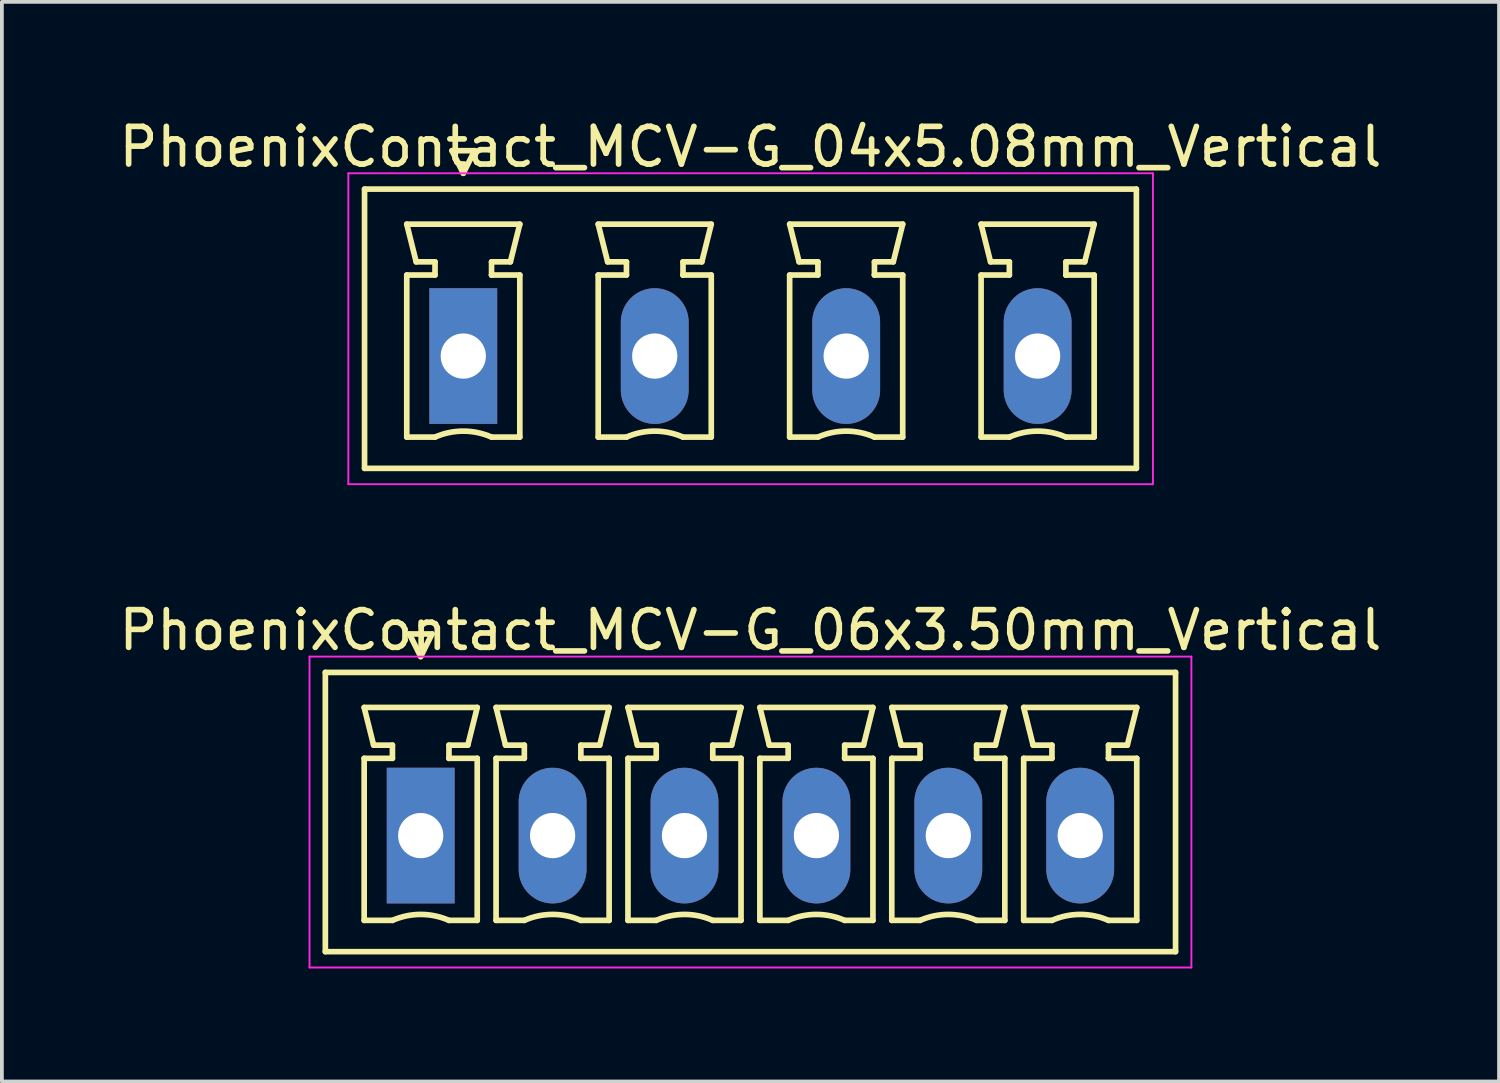
<source format=kicad_pcb>
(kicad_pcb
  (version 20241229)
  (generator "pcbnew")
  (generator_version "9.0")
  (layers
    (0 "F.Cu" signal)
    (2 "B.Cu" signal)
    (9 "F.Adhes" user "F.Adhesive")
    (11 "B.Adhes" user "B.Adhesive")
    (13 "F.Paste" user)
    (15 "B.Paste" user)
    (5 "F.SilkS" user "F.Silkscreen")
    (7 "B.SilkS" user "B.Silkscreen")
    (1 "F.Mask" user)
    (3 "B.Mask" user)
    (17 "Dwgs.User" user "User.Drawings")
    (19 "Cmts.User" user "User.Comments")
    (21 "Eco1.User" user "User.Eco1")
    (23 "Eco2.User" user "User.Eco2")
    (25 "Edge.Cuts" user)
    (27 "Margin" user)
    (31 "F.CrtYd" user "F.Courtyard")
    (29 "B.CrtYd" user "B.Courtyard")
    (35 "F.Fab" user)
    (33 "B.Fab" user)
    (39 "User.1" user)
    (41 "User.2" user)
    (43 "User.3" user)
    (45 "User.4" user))
  (footprint "PhoenixContact_MCV-G_06x3.50mm_Vertical"
    (layer "F.Cu")
    (at 8.113 19.122)
    (property "Reference" "PhoenixContact_MCV-G_06x3.50mm_Vertical" (at 8.75 -5.45 0) (layer "F.SilkS") (effects (font (size 1 1) (thickness 0.15))))
    (attr through_hole)
    (fp_line (start -2.53 -4.33) (end -2.53 3.08) (stroke (width 0.15) (type solid)) (layer "F.SilkS"))
    (fp_line (start -2.53 3.08) (end 20.03 3.08) (stroke (width 0.15) (type solid)) (layer "F.SilkS"))
    (fp_line (start -1.5 -3.4) (end 1.5 -3.4) (stroke (width 0.15) (type solid)) (layer "F.SilkS"))
    (fp_line (start -1.5 -2.05) (end -0.75 -2.05) (stroke (width 0.15) (type solid)) (layer "F.SilkS"))
    (fp_line (start -1.5 2.25) (end -1.5 -2.05) (stroke (width 0.15) (type solid)) (layer "F.SilkS"))
    (fp_line (start -1.25 -2.4) (end -1.5 -3.4) (stroke (width 0.15) (type solid)) (layer "F.SilkS"))
    (fp_line (start -0.75 -2.4) (end -1.25 -2.4) (stroke (width 0.15) (type solid)) (layer "F.SilkS"))
    (fp_line (start -0.75 -2.05) (end -0.75 -2.4) (stroke (width 0.15) (type solid)) (layer "F.SilkS"))
    (fp_line (start -0.75 2.25) (end -1.5 2.25) (stroke (width 0.15) (type solid)) (layer "F.SilkS"))
    (fp_line (start -0.3 -5.35) (end 0 -4.75) (stroke (width 0.15) (type solid)) (layer "F.SilkS"))
    (fp_line (start 0 -4.75) (end 0.3 -5.35) (stroke (width 0.15) (type solid)) (layer "F.SilkS"))
    (fp_line (start 0.3 -5.35) (end -0.3 -5.35) (stroke (width 0.15) (type solid)) (layer "F.SilkS"))
    (fp_line (start 0.75 -2.4) (end 0.75 -2.05) (stroke (width 0.15) (type solid)) (layer "F.SilkS"))
    (fp_line (start 0.75 -2.05) (end 0.75 -2.05) (stroke (width 0.15) (type solid)) (layer "F.SilkS"))
    (fp_line (start 0.75 -2.05) (end 1.5 -2.05) (stroke (width 0.15) (type solid)) (layer "F.SilkS"))
    (fp_line (start 1.25 -2.4) (end 0.75 -2.4) (stroke (width 0.15) (type solid)) (layer "F.SilkS"))
    (fp_line (start 1.5 -3.4) (end 1.25 -2.4) (stroke (width 0.15) (type solid)) (layer "F.SilkS"))
    (fp_line (start 1.5 -2.05) (end 1.5 2.25) (stroke (width 0.15) (type solid)) (layer "F.SilkS"))
    (fp_line (start 1.5 2.25) (end 0.75 2.25) (stroke (width 0.15) (type solid)) (layer "F.SilkS"))
    (fp_line (start 2 -3.4) (end 5 -3.4) (stroke (width 0.15) (type solid)) (layer "F.SilkS"))
    (fp_line (start 2 -2.05) (end 2.75 -2.05) (stroke (width 0.15) (type solid)) (layer "F.SilkS"))
    (fp_line (start 2 2.25) (end 2 -2.05) (stroke (width 0.15) (type solid)) (layer "F.SilkS"))
    (fp_line (start 2.25 -2.4) (end 2 -3.4) (stroke (width 0.15) (type solid)) (layer "F.SilkS"))
    (fp_line (start 2.75 -2.4) (end 2.25 -2.4) (stroke (width 0.15) (type solid)) (layer "F.SilkS"))
    (fp_line (start 2.75 -2.05) (end 2.75 -2.4) (stroke (width 0.15) (type solid)) (layer "F.SilkS"))
    (fp_line (start 2.75 2.25) (end 2 2.25) (stroke (width 0.15) (type solid)) (layer "F.SilkS"))
    (fp_line (start 4.25 -2.4) (end 4.25 -2.05) (stroke (width 0.15) (type solid)) (layer "F.SilkS"))
    (fp_line (start 4.25 -2.05) (end 4.25 -2.05) (stroke (width 0.15) (type solid)) (layer "F.SilkS"))
    (fp_line (start 4.25 -2.05) (end 5 -2.05) (stroke (width 0.15) (type solid)) (layer "F.SilkS"))
    (fp_line (start 4.75 -2.4) (end 4.25 -2.4) (stroke (width 0.15) (type solid)) (layer "F.SilkS"))
    (fp_line (start 5 -3.4) (end 4.75 -2.4) (stroke (width 0.15) (type solid)) (layer "F.SilkS"))
    (fp_line (start 5 -2.05) (end 5 2.25) (stroke (width 0.15) (type solid)) (layer "F.SilkS"))
    (fp_line (start 5 2.25) (end 4.25 2.25) (stroke (width 0.15) (type solid)) (layer "F.SilkS"))
    (fp_line (start 5.5 -3.4) (end 8.5 -3.4) (stroke (width 0.15) (type solid)) (layer "F.SilkS"))
    (fp_line (start 5.5 -2.05) (end 6.25 -2.05) (stroke (width 0.15) (type solid)) (layer "F.SilkS"))
    (fp_line (start 5.5 2.25) (end 5.5 -2.05) (stroke (width 0.15) (type solid)) (layer "F.SilkS"))
    (fp_line (start 5.75 -2.4) (end 5.5 -3.4) (stroke (width 0.15) (type solid)) (layer "F.SilkS"))
    (fp_line (start 6.25 -2.4) (end 5.75 -2.4) (stroke (width 0.15) (type solid)) (layer "F.SilkS"))
    (fp_line (start 6.25 -2.05) (end 6.25 -2.4) (stroke (width 0.15) (type solid)) (layer "F.SilkS"))
    (fp_line (start 6.25 2.25) (end 5.5 2.25) (stroke (width 0.15) (type solid)) (layer "F.SilkS"))
    (fp_line (start 7.75 -2.4) (end 7.75 -2.05) (stroke (width 0.15) (type solid)) (layer "F.SilkS"))
    (fp_line (start 7.75 -2.05) (end 7.75 -2.05) (stroke (width 0.15) (type solid)) (layer "F.SilkS"))
    (fp_line (start 7.75 -2.05) (end 8.5 -2.05) (stroke (width 0.15) (type solid)) (layer "F.SilkS"))
    (fp_line (start 8.25 -2.4) (end 7.75 -2.4) (stroke (width 0.15) (type solid)) (layer "F.SilkS"))
    (fp_line (start 8.5 -3.4) (end 8.25 -2.4) (stroke (width 0.15) (type solid)) (layer "F.SilkS"))
    (fp_line (start 8.5 -2.05) (end 8.5 2.25) (stroke (width 0.15) (type solid)) (layer "F.SilkS"))
    (fp_line (start 8.5 2.25) (end 7.75 2.25) (stroke (width 0.15) (type solid)) (layer "F.SilkS"))
    (fp_line (start 9 -3.4) (end 12 -3.4) (stroke (width 0.15) (type solid)) (layer "F.SilkS"))
    (fp_line (start 9 -2.05) (end 9.75 -2.05) (stroke (width 0.15) (type solid)) (layer "F.SilkS"))
    (fp_line (start 9 2.25) (end 9 -2.05) (stroke (width 0.15) (type solid)) (layer "F.SilkS"))
    (fp_line (start 9.25 -2.4) (end 9 -3.4) (stroke (width 0.15) (type solid)) (layer "F.SilkS"))
    (fp_line (start 9.75 -2.4) (end 9.25 -2.4) (stroke (width 0.15) (type solid)) (layer "F.SilkS"))
    (fp_line (start 9.75 -2.05) (end 9.75 -2.4) (stroke (width 0.15) (type solid)) (layer "F.SilkS"))
    (fp_line (start 9.75 2.25) (end 9 2.25) (stroke (width 0.15) (type solid)) (layer "F.SilkS"))
    (fp_line (start 11.25 -2.4) (end 11.25 -2.05) (stroke (width 0.15) (type solid)) (layer "F.SilkS"))
    (fp_line (start 11.25 -2.05) (end 11.25 -2.05) (stroke (width 0.15) (type solid)) (layer "F.SilkS"))
    (fp_line (start 11.25 -2.05) (end 12 -2.05) (stroke (width 0.15) (type solid)) (layer "F.SilkS"))
    (fp_line (start 11.75 -2.4) (end 11.25 -2.4) (stroke (width 0.15) (type solid)) (layer "F.SilkS"))
    (fp_line (start 12 -3.4) (end 11.75 -2.4) (stroke (width 0.15) (type solid)) (layer "F.SilkS"))
    (fp_line (start 12 -2.05) (end 12 2.25) (stroke (width 0.15) (type solid)) (layer "F.SilkS"))
    (fp_line (start 12 2.25) (end 11.25 2.25) (stroke (width 0.15) (type solid)) (layer "F.SilkS"))
    (fp_line (start 12.5 -3.4) (end 15.5 -3.4) (stroke (width 0.15) (type solid)) (layer "F.SilkS"))
    (fp_line (start 12.5 -2.05) (end 13.25 -2.05) (stroke (width 0.15) (type solid)) (layer "F.SilkS"))
    (fp_line (start 12.5 2.25) (end 12.5 -2.05) (stroke (width 0.15) (type solid)) (layer "F.SilkS"))
    (fp_line (start 12.75 -2.4) (end 12.5 -3.4) (stroke (width 0.15) (type solid)) (layer "F.SilkS"))
    (fp_line (start 13.25 -2.4) (end 12.75 -2.4) (stroke (width 0.15) (type solid)) (layer "F.SilkS"))
    (fp_line (start 13.25 -2.05) (end 13.25 -2.4) (stroke (width 0.15) (type solid)) (layer "F.SilkS"))
    (fp_line (start 13.25 2.25) (end 12.5 2.25) (stroke (width 0.15) (type solid)) (layer "F.SilkS"))
    (fp_line (start 14.75 -2.4) (end 14.75 -2.05) (stroke (width 0.15) (type solid)) (layer "F.SilkS"))
    (fp_line (start 14.75 -2.05) (end 14.75 -2.05) (stroke (width 0.15) (type solid)) (layer "F.SilkS"))
    (fp_line (start 14.75 -2.05) (end 15.5 -2.05) (stroke (width 0.15) (type solid)) (layer "F.SilkS"))
    (fp_line (start 15.25 -2.4) (end 14.75 -2.4) (stroke (width 0.15) (type solid)) (layer "F.SilkS"))
    (fp_line (start 15.5 -3.4) (end 15.25 -2.4) (stroke (width 0.15) (type solid)) (layer "F.SilkS"))
    (fp_line (start 15.5 -2.05) (end 15.5 2.25) (stroke (width 0.15) (type solid)) (layer "F.SilkS"))
    (fp_line (start 15.5 2.25) (end 14.75 2.25) (stroke (width 0.15) (type solid)) (layer "F.SilkS"))
    (fp_line (start 16 -3.4) (end 19 -3.4) (stroke (width 0.15) (type solid)) (layer "F.SilkS"))
    (fp_line (start 16 -2.05) (end 16.75 -2.05) (stroke (width 0.15) (type solid)) (layer "F.SilkS"))
    (fp_line (start 16 2.25) (end 16 -2.05) (stroke (width 0.15) (type solid)) (layer "F.SilkS"))
    (fp_line (start 16.25 -2.4) (end 16 -3.4) (stroke (width 0.15) (type solid)) (layer "F.SilkS"))
    (fp_line (start 16.75 -2.4) (end 16.25 -2.4) (stroke (width 0.15) (type solid)) (layer "F.SilkS"))
    (fp_line (start 16.75 -2.05) (end 16.75 -2.4) (stroke (width 0.15) (type solid)) (layer "F.SilkS"))
    (fp_line (start 16.75 2.25) (end 16 2.25) (stroke (width 0.15) (type solid)) (layer "F.SilkS"))
    (fp_line (start 18.25 -2.4) (end 18.25 -2.05) (stroke (width 0.15) (type solid)) (layer "F.SilkS"))
    (fp_line (start 18.25 -2.05) (end 18.25 -2.05) (stroke (width 0.15) (type solid)) (layer "F.SilkS"))
    (fp_line (start 18.25 -2.05) (end 19 -2.05) (stroke (width 0.15) (type solid)) (layer "F.SilkS"))
    (fp_line (start 18.75 -2.4) (end 18.25 -2.4) (stroke (width 0.15) (type solid)) (layer "F.SilkS"))
    (fp_line (start 19 -3.4) (end 18.75 -2.4) (stroke (width 0.15) (type solid)) (layer "F.SilkS"))
    (fp_line (start 19 -2.05) (end 19 2.25) (stroke (width 0.15) (type solid)) (layer "F.SilkS"))
    (fp_line (start 19 2.25) (end 18.25 2.25) (stroke (width 0.15) (type solid)) (layer "F.SilkS"))
    (fp_line (start 20.03 -4.33) (end -2.53 -4.33) (stroke (width 0.15) (type solid)) (layer "F.SilkS"))
    (fp_line (start 20.03 3.08) (end 20.03 -4.33) (stroke (width 0.15) (type solid)) (layer "F.SilkS"))
    (fp_arc (start -0.75 2.25) (mid -0.000193 2.09191) (end 0.749647 2.249844) (stroke (width 0.15) (type solid)) (layer "F.SilkS"))
    (fp_arc (start 2.75 2.25) (mid 3.499807 2.09191) (end 4.249647 2.249844) (stroke (width 0.15) (type solid)) (layer "F.SilkS"))
    (fp_arc (start 6.25 2.25) (mid 6.999807 2.09191) (end 7.749647 2.249844) (stroke (width 0.15) (type solid)) (layer "F.SilkS"))
    (fp_arc (start 9.75 2.25) (mid 10.499807 2.09191) (end 11.249647 2.249844) (stroke (width 0.15) (type solid)) (layer "F.SilkS"))
    (fp_arc (start 13.25 2.25) (mid 13.999807 2.09191) (end 14.749647 2.249844) (stroke (width 0.15) (type solid)) (layer "F.SilkS"))
    (fp_arc (start 16.75 2.25) (mid 17.499807 2.09191) (end 18.249647 2.249844) (stroke (width 0.15) (type solid)) (layer "F.SilkS"))
    (fp_line (start -2.95 -4.75) (end -2.95 3.5) (stroke (width 0.05) (type solid)) (layer "F.CrtYd"))
    (fp_line (start -2.95 3.5) (end 20.45 3.5) (stroke (width 0.05) (type solid)) (layer "F.CrtYd"))
    (fp_line (start 20.45 -4.75) (end -2.95 -4.75) (stroke (width 0.05) (type solid)) (layer "F.CrtYd"))
    (fp_line (start 20.45 3.5) (end 20.45 -4.75) (stroke (width 0.05) (type solid)) (layer "F.CrtYd"))
    (pad "1" thru_hole rect (at 0 0) (size 1.8 3.6) (drill 1.2) (layers "*.Cu" "*.Mask"))
    (pad "2" thru_hole oval (at 3.5 0) (size 1.8 3.6) (drill 1.2) (layers "*.Cu" "*.Mask"))
    (pad "3" thru_hole oval (at 7 0) (size 1.8 3.6) (drill 1.2) (layers "*.Cu" "*.Mask"))
    (pad "4" thru_hole oval (at 10.5 0) (size 1.8 3.6) (drill 1.2) (layers "*.Cu" "*.Mask"))
    (pad "5" thru_hole oval (at 14 0) (size 1.8 3.6) (drill 1.2) (layers "*.Cu" "*.Mask"))
    (pad "6" thru_hole oval (at 17.5 0) (size 1.8 3.6) (drill 1.2) (layers "*.Cu" "*.Mask")))
  (footprint "PhoenixContact_MCV-G_04x5.08mm_Vertical"
    (layer "F.Cu")
    (at 9.243 6.398)
    (property "Reference" "PhoenixContact_MCV-G_04x5.08mm_Vertical" (at 7.62 -5.55 0) (layer "F.SilkS") (effects (font (size 1 1) (thickness 0.15))))
    (attr through_hole)
    (fp_line (start -2.62 -4.43) (end -2.62 2.98) (stroke (width 0.15) (type solid)) (layer "F.SilkS"))
    (fp_line (start -2.62 2.98) (end 17.86 2.98) (stroke (width 0.15) (type solid)) (layer "F.SilkS"))
    (fp_line (start -1.5 -3.5) (end 1.5 -3.5) (stroke (width 0.15) (type solid)) (layer "F.SilkS"))
    (fp_line (start -1.5 -2.15) (end -0.75 -2.15) (stroke (width 0.15) (type solid)) (layer "F.SilkS"))
    (fp_line (start -1.5 2.15) (end -1.5 -2.15) (stroke (width 0.15) (type solid)) (layer "F.SilkS"))
    (fp_line (start -1.25 -2.5) (end -1.5 -3.5) (stroke (width 0.15) (type solid)) (layer "F.SilkS"))
    (fp_line (start -0.75 -2.5) (end -1.25 -2.5) (stroke (width 0.15) (type solid)) (layer "F.SilkS"))
    (fp_line (start -0.75 -2.15) (end -0.75 -2.5) (stroke (width 0.15) (type solid)) (layer "F.SilkS"))
    (fp_line (start -0.75 2.15) (end -1.5 2.15) (stroke (width 0.15) (type solid)) (layer "F.SilkS"))
    (fp_line (start -0.3 -5.45) (end 0 -4.85) (stroke (width 0.15) (type solid)) (layer "F.SilkS"))
    (fp_line (start 0 -4.85) (end 0.3 -5.45) (stroke (width 0.15) (type solid)) (layer "F.SilkS"))
    (fp_line (start 0.3 -5.45) (end -0.3 -5.45) (stroke (width 0.15) (type solid)) (layer "F.SilkS"))
    (fp_line (start 0.75 -2.5) (end 0.75 -2.15) (stroke (width 0.15) (type solid)) (layer "F.SilkS"))
    (fp_line (start 0.75 -2.15) (end 0.75 -2.15) (stroke (width 0.15) (type solid)) (layer "F.SilkS"))
    (fp_line (start 0.75 -2.15) (end 1.5 -2.15) (stroke (width 0.15) (type solid)) (layer "F.SilkS"))
    (fp_line (start 1.25 -2.5) (end 0.75 -2.5) (stroke (width 0.15) (type solid)) (layer "F.SilkS"))
    (fp_line (start 1.5 -3.5) (end 1.25 -2.5) (stroke (width 0.15) (type solid)) (layer "F.SilkS"))
    (fp_line (start 1.5 -2.15) (end 1.5 2.15) (stroke (width 0.15) (type solid)) (layer "F.SilkS"))
    (fp_line (start 1.5 2.15) (end 0.75 2.15) (stroke (width 0.15) (type solid)) (layer "F.SilkS"))
    (fp_line (start 3.58 -3.5) (end 6.58 -3.5) (stroke (width 0.15) (type solid)) (layer "F.SilkS"))
    (fp_line (start 3.58 -2.15) (end 4.33 -2.15) (stroke (width 0.15) (type solid)) (layer "F.SilkS"))
    (fp_line (start 3.58 2.15) (end 3.58 -2.15) (stroke (width 0.15) (type solid)) (layer "F.SilkS"))
    (fp_line (start 3.83 -2.5) (end 3.58 -3.5) (stroke (width 0.15) (type solid)) (layer "F.SilkS"))
    (fp_line (start 4.33 -2.5) (end 3.83 -2.5) (stroke (width 0.15) (type solid)) (layer "F.SilkS"))
    (fp_line (start 4.33 -2.15) (end 4.33 -2.5) (stroke (width 0.15) (type solid)) (layer "F.SilkS"))
    (fp_line (start 4.33 2.15) (end 3.58 2.15) (stroke (width 0.15) (type solid)) (layer "F.SilkS"))
    (fp_line (start 5.83 -2.5) (end 5.83 -2.15) (stroke (width 0.15) (type solid)) (layer "F.SilkS"))
    (fp_line (start 5.83 -2.15) (end 5.83 -2.15) (stroke (width 0.15) (type solid)) (layer "F.SilkS"))
    (fp_line (start 5.83 -2.15) (end 6.58 -2.15) (stroke (width 0.15) (type solid)) (layer "F.SilkS"))
    (fp_line (start 6.33 -2.5) (end 5.83 -2.5) (stroke (width 0.15) (type solid)) (layer "F.SilkS"))
    (fp_line (start 6.58 -3.5) (end 6.33 -2.5) (stroke (width 0.15) (type solid)) (layer "F.SilkS"))
    (fp_line (start 6.58 -2.15) (end 6.58 2.15) (stroke (width 0.15) (type solid)) (layer "F.SilkS"))
    (fp_line (start 6.58 2.15) (end 5.83 2.15) (stroke (width 0.15) (type solid)) (layer "F.SilkS"))
    (fp_line (start 8.66 -3.5) (end 11.66 -3.5) (stroke (width 0.15) (type solid)) (layer "F.SilkS"))
    (fp_line (start 8.66 -2.15) (end 9.41 -2.15) (stroke (width 0.15) (type solid)) (layer "F.SilkS"))
    (fp_line (start 8.66 2.15) (end 8.66 -2.15) (stroke (width 0.15) (type solid)) (layer "F.SilkS"))
    (fp_line (start 8.91 -2.5) (end 8.66 -3.5) (stroke (width 0.15) (type solid)) (layer "F.SilkS"))
    (fp_line (start 9.41 -2.5) (end 8.91 -2.5) (stroke (width 0.15) (type solid)) (layer "F.SilkS"))
    (fp_line (start 9.41 -2.15) (end 9.41 -2.5) (stroke (width 0.15) (type solid)) (layer "F.SilkS"))
    (fp_line (start 9.41 2.15) (end 8.66 2.15) (stroke (width 0.15) (type solid)) (layer "F.SilkS"))
    (fp_line (start 10.91 -2.5) (end 10.91 -2.15) (stroke (width 0.15) (type solid)) (layer "F.SilkS"))
    (fp_line (start 10.91 -2.15) (end 10.91 -2.15) (stroke (width 0.15) (type solid)) (layer "F.SilkS"))
    (fp_line (start 10.91 -2.15) (end 11.66 -2.15) (stroke (width 0.15) (type solid)) (layer "F.SilkS"))
    (fp_line (start 11.41 -2.5) (end 10.91 -2.5) (stroke (width 0.15) (type solid)) (layer "F.SilkS"))
    (fp_line (start 11.66 -3.5) (end 11.41 -2.5) (stroke (width 0.15) (type solid)) (layer "F.SilkS"))
    (fp_line (start 11.66 -2.15) (end 11.66 2.15) (stroke (width 0.15) (type solid)) (layer "F.SilkS"))
    (fp_line (start 11.66 2.15) (end 10.91 2.15) (stroke (width 0.15) (type solid)) (layer "F.SilkS"))
    (fp_line (start 13.74 -3.5) (end 16.74 -3.5) (stroke (width 0.15) (type solid)) (layer "F.SilkS"))
    (fp_line (start 13.74 -2.15) (end 14.49 -2.15) (stroke (width 0.15) (type solid)) (layer "F.SilkS"))
    (fp_line (start 13.74 2.15) (end 13.74 -2.15) (stroke (width 0.15) (type solid)) (layer "F.SilkS"))
    (fp_line (start 13.99 -2.5) (end 13.74 -3.5) (stroke (width 0.15) (type solid)) (layer "F.SilkS"))
    (fp_line (start 14.49 -2.5) (end 13.99 -2.5) (stroke (width 0.15) (type solid)) (layer "F.SilkS"))
    (fp_line (start 14.49 -2.15) (end 14.49 -2.5) (stroke (width 0.15) (type solid)) (layer "F.SilkS"))
    (fp_line (start 14.49 2.15) (end 13.74 2.15) (stroke (width 0.15) (type solid)) (layer "F.SilkS"))
    (fp_line (start 15.99 -2.5) (end 15.99 -2.15) (stroke (width 0.15) (type solid)) (layer "F.SilkS"))
    (fp_line (start 15.99 -2.15) (end 15.99 -2.15) (stroke (width 0.15) (type solid)) (layer "F.SilkS"))
    (fp_line (start 15.99 -2.15) (end 16.74 -2.15) (stroke (width 0.15) (type solid)) (layer "F.SilkS"))
    (fp_line (start 16.49 -2.5) (end 15.99 -2.5) (stroke (width 0.15) (type solid)) (layer "F.SilkS"))
    (fp_line (start 16.74 -3.5) (end 16.49 -2.5) (stroke (width 0.15) (type solid)) (layer "F.SilkS"))
    (fp_line (start 16.74 -2.15) (end 16.74 2.15) (stroke (width 0.15) (type solid)) (layer "F.SilkS"))
    (fp_line (start 16.74 2.15) (end 15.99 2.15) (stroke (width 0.15) (type solid)) (layer "F.SilkS"))
    (fp_line (start 17.86 -4.43) (end -2.62 -4.43) (stroke (width 0.15) (type solid)) (layer "F.SilkS"))
    (fp_line (start 17.86 2.98) (end 17.86 -4.43) (stroke (width 0.15) (type solid)) (layer "F.SilkS"))
    (fp_arc (start -0.75 2.15) (mid -0.000193 1.99191) (end 0.749647 2.149844) (stroke (width 0.15) (type solid)) (layer "F.SilkS"))
    (fp_arc (start 4.33 2.15) (mid 5.079807 1.99191) (end 5.829647 2.149844) (stroke (width 0.15) (type solid)) (layer "F.SilkS"))
    (fp_arc (start 9.41 2.15) (mid 10.159807 1.99191) (end 10.909647 2.149844) (stroke (width 0.15) (type solid)) (layer "F.SilkS"))
    (fp_arc (start 14.49 2.15) (mid 15.239807 1.99191) (end 15.989647 2.149844) (stroke (width 0.15) (type solid)) (layer "F.SilkS"))
    (fp_line (start -3.05 -4.85) (end -3.05 3.4) (stroke (width 0.05) (type solid)) (layer "F.CrtYd"))
    (fp_line (start -3.05 3.4) (end 18.3 3.4) (stroke (width 0.05) (type solid)) (layer "F.CrtYd"))
    (fp_line (start 18.3 -4.85) (end -3.05 -4.85) (stroke (width 0.05) (type solid)) (layer "F.CrtYd"))
    (fp_line (start 18.3 3.4) (end 18.3 -4.85) (stroke (width 0.05) (type solid)) (layer "F.CrtYd"))
    (pad "1" thru_hole rect (at 0 0) (size 1.8 3.6) (drill 1.2) (layers "*.Cu" "*.Mask"))
    (pad "2" thru_hole oval (at 5.08 0) (size 1.8 3.6) (drill 1.2) (layers "*.Cu" "*.Mask"))
    (pad "3" thru_hole oval (at 10.16 0) (size 1.8 3.6) (drill 1.2) (layers "*.Cu" "*.Mask"))
    (pad "4" thru_hole oval (at 15.24 0) (size 1.8 3.6) (drill 1.2) (layers "*.Cu" "*.Mask")))
  (gr_rect
    (start -3 -3)
    (end 36.726 25.646)
    (stroke (width 0.1) (type default))
    (fill no)
    (layer "Edge.Cuts")))
</source>
